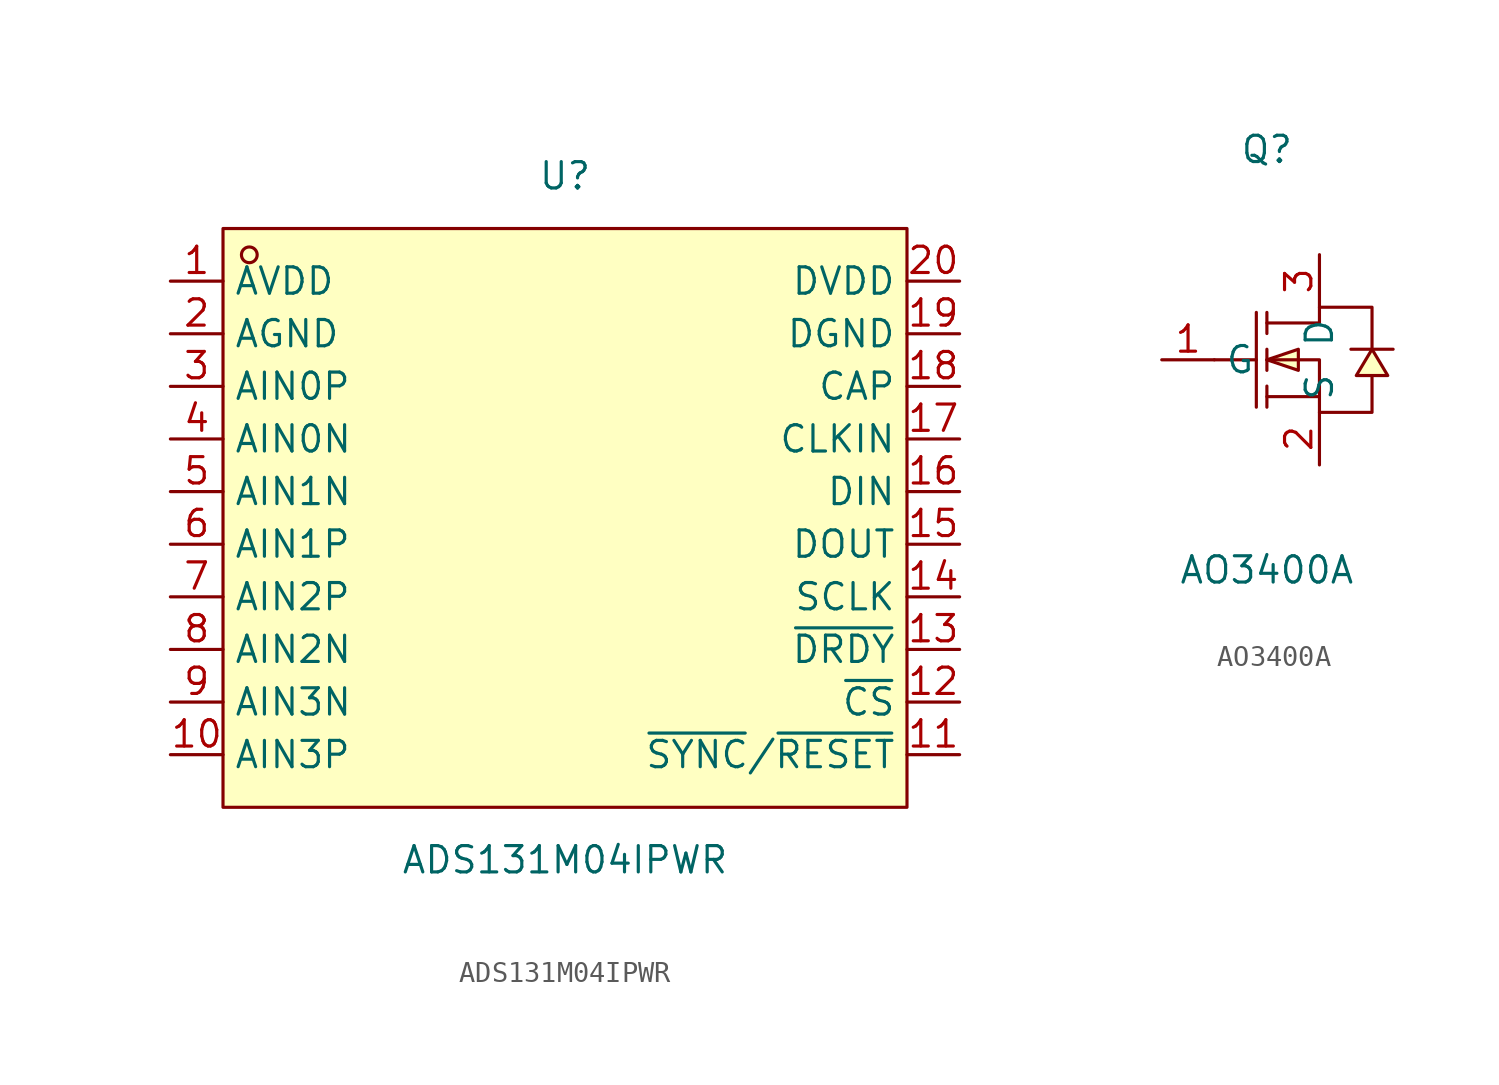
<source format=kicad_sym>
(kicad_symbol_lib
  (version 20241209)
  (generator "kicad_symbol_editor")
  (generator_version "9.0")
  (symbol "ADS131M04IPWR"
    (property "Reference" "U"
      (at 0 16.51 0)
      (effects (font (size 1.27 1.27))))
    (property "Value" "ADS131M04IPWR"
      (at 0 -16.51 0)
      (effects (font (size 1.27 1.27))))
    (symbol "ADS131M04IPWR_0_1"
      (rectangle (start -16.51 13.97) (end 16.51 -13.97) (stroke (width 0) (type default)) (fill (type background)))
      (circle (center -15.24 12.7) (radius 0.38) (stroke (width 0) (type default)) (fill (type none)))
      (pin unspecified line (at -19.05 11.43 0) (length 2.54) (name "AVDD" (effects (font (size 1.27 1.27)))) (number "1" (effects (font (size 1.27 1.27)))))
      (pin unspecified line (at -19.05 8.89 0) (length 2.54) (name "AGND" (effects (font (size 1.27 1.27)))) (number "2" (effects (font (size 1.27 1.27)))))
      (pin unspecified line (at -19.05 6.35 0) (length 2.54) (name "AIN0P" (effects (font (size 1.27 1.27)))) (number "3" (effects (font (size 1.27 1.27)))))
      (pin unspecified line (at -19.05 3.81 0) (length 2.54) (name "AIN0N" (effects (font (size 1.27 1.27)))) (number "4" (effects (font (size 1.27 1.27)))))
      (pin unspecified line (at -19.05 1.27 0) (length 2.54) (name "AIN1N" (effects (font (size 1.27 1.27)))) (number "5" (effects (font (size 1.27 1.27)))))
      (pin unspecified line (at -19.05 -1.27 0) (length 2.54) (name "AIN1P" (effects (font (size 1.27 1.27)))) (number "6" (effects (font (size 1.27 1.27)))))
      (pin unspecified line (at -19.05 -3.81 0) (length 2.54) (name "AIN2P" (effects (font (size 1.27 1.27)))) (number "7" (effects (font (size 1.27 1.27)))))
      (pin unspecified line (at -19.05 -6.35 0) (length 2.54) (name "AIN2N" (effects (font (size 1.27 1.27)))) (number "8" (effects (font (size 1.27 1.27)))))
      (pin unspecified line (at -19.05 -8.89 0) (length 2.54) (name "AIN3N" (effects (font (size 1.27 1.27)))) (number "9" (effects (font (size 1.27 1.27)))))
      (pin unspecified line (at -19.05 -11.43 0) (length 2.54) (name "AIN3P" (effects (font (size 1.27 1.27)))) (number "10" (effects (font (size 1.27 1.27)))))
      (pin unspecified line (at 19.05 11.43 180) (length 2.54) (name "DVDD" (effects (font (size 1.27 1.27)))) (number "20" (effects (font (size 1.27 1.27)))))
      (pin unspecified line (at 19.05 8.89 180) (length 2.54) (name "DGND" (effects (font (size 1.27 1.27)))) (number "19" (effects (font (size 1.27 1.27)))))
      (pin unspecified line (at 19.05 6.35 180) (length 2.54) (name "CAP" (effects (font (size 1.27 1.27)))) (number "18" (effects (font (size 1.27 1.27)))))
      (pin unspecified line (at 19.05 3.81 180) (length 2.54) (name "CLKIN" (effects (font (size 1.27 1.27)))) (number "17" (effects (font (size 1.27 1.27)))))
      (pin unspecified line (at 19.05 1.27 180) (length 2.54) (name "DIN" (effects (font (size 1.27 1.27)))) (number "16" (effects (font (size 1.27 1.27)))))
      (pin unspecified line (at 19.05 -1.27 180) (length 2.54) (name "DOUT" (effects (font (size 1.27 1.27)))) (number "15" (effects (font (size 1.27 1.27)))))
      (pin unspecified line (at 19.05 -3.81 180) (length 2.54) (name "SCLK" (effects (font (size 1.27 1.27)))) (number "14" (effects (font (size 1.27 1.27)))))
      (pin unspecified line (at 19.05 -6.35 180) (length 2.54) (name "~{DRDY}" (effects (font (size 1.27 1.27)))) (number "13" (effects (font (size 1.27 1.27)))))
      (pin unspecified line (at 19.05 -8.89 180) (length 2.54) (name "~{CS}" (effects (font (size 1.27 1.27)))) (number "12" (effects (font (size 1.27 1.27)))))
      (pin unspecified line (at 19.05 -11.43 180) (length 2.54) (name "~{SYNC}/~{RESET}" (effects (font (size 1.27 1.27)))) (number "11" (effects (font (size 1.27 1.27)))))))
  (symbol "AO3400A"
    (property "Reference" "Q"
      (at 0 10.16 0)
      (effects (font (size 1.27 1.27))))
    (property "Value" "AO3400A"
      (at 0 -10.16 0)
      (effects (font (size 1.27 1.27))))
    (symbol "AO3400A_0_1"
      (polyline (pts (xy -2.54 0) (xy -0.51 0)) (stroke (width 0) (type default)) (fill (type none)))
      (polyline (pts (xy -0.51 2.29) (xy -0.51 -2.29)) (stroke (width 0) (type default)) (fill (type none)))
      (polyline (pts (xy 0 2.29) (xy 0 1.27)) (stroke (width 0) (type default)) (fill (type none)))
      (polyline (pts (xy 0 1.78) (xy 2.54 1.78) (xy 2.54 2.54) (xy 5.08 2.54) (xy 5.08 0.51)) (stroke (width 0) (type default)) (fill (type none)))
      (polyline (pts (xy 0 0) (xy 1.52 -0.51) (xy 1.52 0.51) (xy 0 0)) (stroke (width 0) (type default)) (fill (type background)))
      (polyline (pts (xy 0 0) (xy 2.54 0) (xy 2.54 -2.54) (xy 5.08 -2.54) (xy 5.08 -0.76)) (stroke (width 0) (type default)) (fill (type none)))
      (polyline (pts (xy 0 -0.51) (xy 0 0.51)) (stroke (width 0) (type default)) (fill (type none)))
      (polyline (pts (xy 0 -2.29) (xy 0 -1.27)) (stroke (width 0) (type default)) (fill (type none)))
      (polyline (pts (xy 2.54 -1.78) (xy 0 -1.78)) (stroke (width 0) (type default)) (fill (type none)))
      (polyline (pts (xy 5.08 0.51) (xy 4.32 -0.76) (xy 5.84 -0.76) (xy 5.08 0.51)) (stroke (width 0) (type default)) (fill (type background)))
      (polyline (pts (xy 6.1 0.51) (xy 5.59 0.51) (xy 4.57 0.51) (xy 4.06 0.51)) (stroke (width 0) (type default)) (fill (type none)))
      (pin unspecified line (at -5.08 0 0) (length 2.54) (name "G" (effects (font (size 1.27 1.27)))) (number "1" (effects (font (size 1.27 1.27)))))
      (pin unspecified line (at 2.54 5.08 270) (length 2.54) (name "D" (effects (font (size 1.27 1.27)))) (number "3" (effects (font (size 1.27 1.27)))))
      (pin unspecified line (at 2.54 -5.08 90) (length 2.54) (name "S" (effects (font (size 1.27 1.27)))) (number "2" (effects (font (size 1.27 1.27))))))))
</source>
